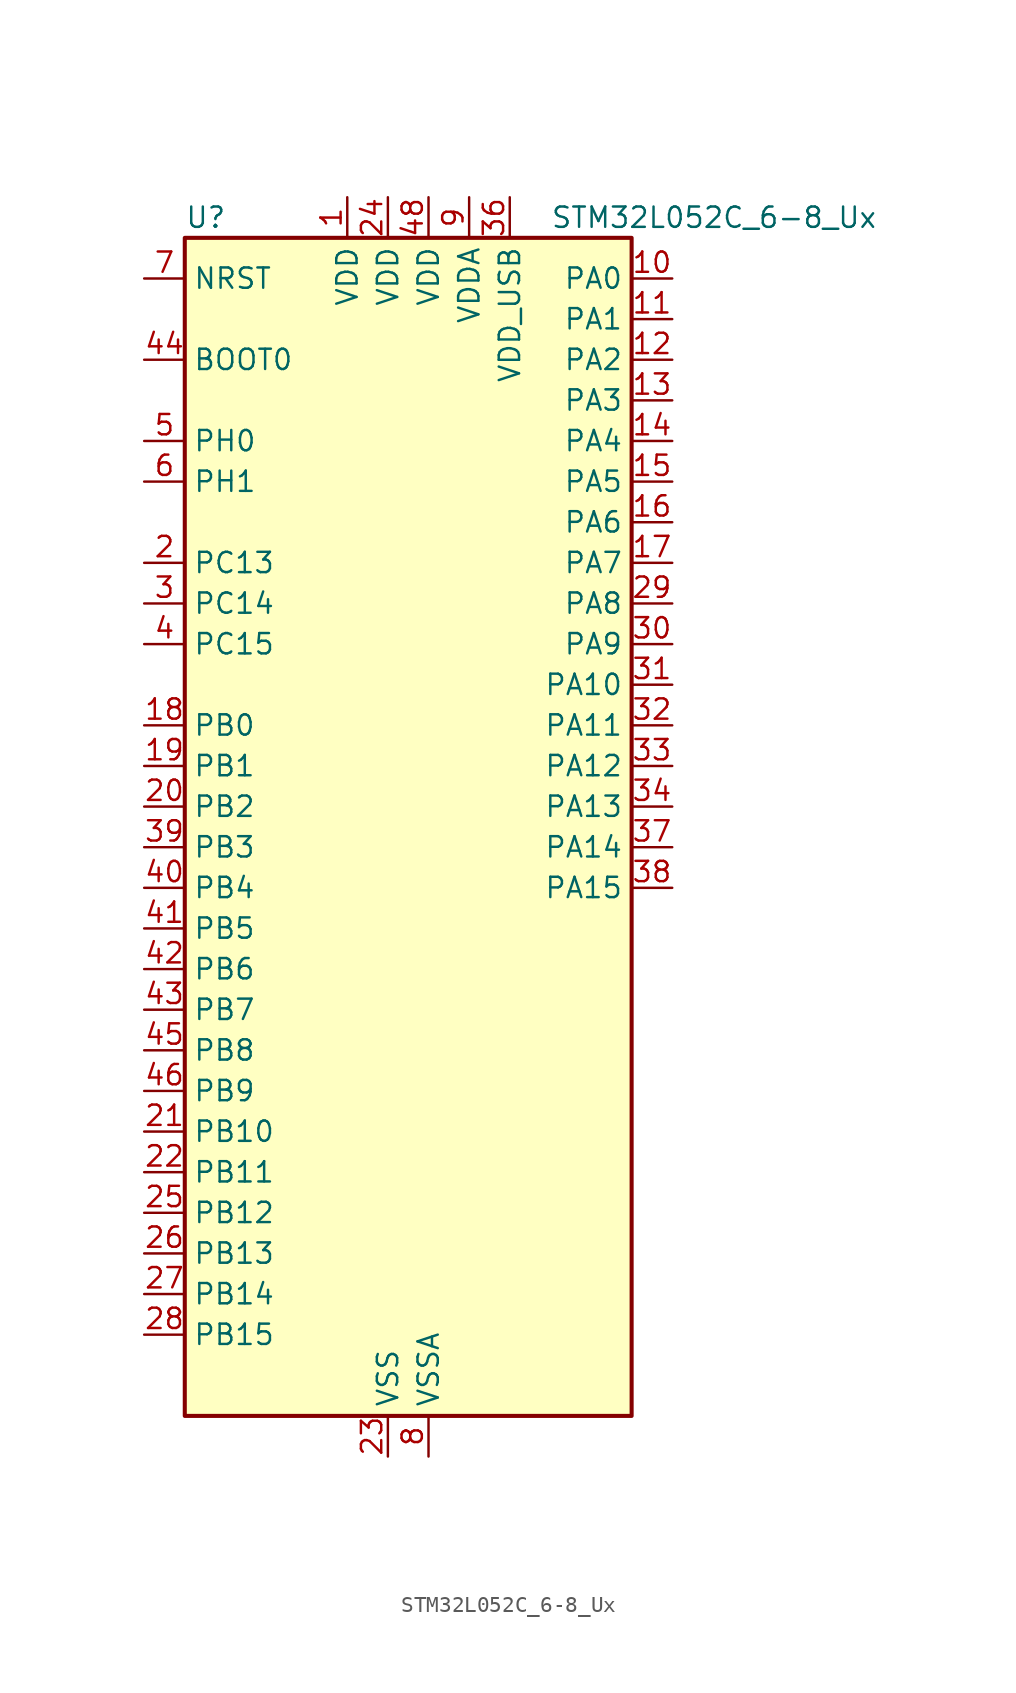
<source format=kicad_sym>
(kicad_symbol_lib
  (version 20231120)
  (generator "kicad_symbol_editor")
  (generator_version "8.0")
  (symbol "STM32L052C_6-8_Ux"
    (property "Reference" "U"
      (at -12.7 39.37 0)
      (effects (font (size 1.27 1.27)) (justify left)))
    (property "Value" "STM32L052C_6-8_Ux"
      (at 10.16 39.37 0)
      (effects (font (size 1.27 1.27)) (justify left)))
    (property "ki_locked" ""
      (at 0 0 0)
      (effects (font (size 1.27 1.27))))
    (symbol "STM32L052C_6-8_Ux_0_1"
      (rectangle (start -12.7 -35.56) (end 15.24 38.1) (stroke (width 0.254) (type default)) (fill (type background))))
    (symbol "STM32L052C_6-8_Ux_1_1"
      (pin power_in line (at -2.54 40.64 270) (length 2.54) (name "VDD" (effects (font (size 1.27 1.27)))) (number "1" (effects (font (size 1.27 1.27)))))
      (pin bidirectional line (at 17.78 35.56 180) (length 2.54) (name "PA0" (effects (font (size 1.27 1.27)))) (number "10" (effects (font (size 1.27 1.27)))) (alternate "ADC_IN0" bidirectional line) (alternate "COMP1_INM" bidirectional line) (alternate "COMP1_OUT" bidirectional line) (alternate "RTC_TAMP2" bidirectional line) (alternate "SYS_WKUP1" bidirectional line) (alternate "TIM2_CH1" bidirectional line) (alternate "TIM2_ETR" bidirectional line) (alternate "TSC_G1_IO1" bidirectional line) (alternate "USART2_CTS" bidirectional line))
      (pin bidirectional line (at 17.78 33.02 180) (length 2.54) (name "PA1" (effects (font (size 1.27 1.27)))) (number "11" (effects (font (size 1.27 1.27)))) (alternate "ADC_IN1" bidirectional line) (alternate "COMP1_INP" bidirectional line) (alternate "TIM21_ETR" bidirectional line) (alternate "TIM2_CH2" bidirectional line) (alternate "TSC_G1_IO2" bidirectional line) (alternate "USART2_DE" bidirectional line) (alternate "USART2_RTS" bidirectional line))
      (pin bidirectional line (at 17.78 30.48 180) (length 2.54) (name "PA2" (effects (font (size 1.27 1.27)))) (number "12" (effects (font (size 1.27 1.27)))) (alternate "ADC_IN2" bidirectional line) (alternate "COMP2_INM" bidirectional line) (alternate "COMP2_OUT" bidirectional line) (alternate "TIM21_CH1" bidirectional line) (alternate "TIM2_CH3" bidirectional line) (alternate "TSC_G1_IO3" bidirectional line) (alternate "USART2_TX" bidirectional line))
      (pin bidirectional line (at 17.78 27.94 180) (length 2.54) (name "PA3" (effects (font (size 1.27 1.27)))) (number "13" (effects (font (size 1.27 1.27)))) (alternate "ADC_IN3" bidirectional line) (alternate "COMP2_INP" bidirectional line) (alternate "TIM21_CH2" bidirectional line) (alternate "TIM2_CH4" bidirectional line) (alternate "TSC_G1_IO4" bidirectional line) (alternate "USART2_RX" bidirectional line))
      (pin bidirectional line (at 17.78 25.4 180) (length 2.54) (name "PA4" (effects (font (size 1.27 1.27)))) (number "14" (effects (font (size 1.27 1.27)))) (alternate "ADC_IN4" bidirectional line) (alternate "COMP1_INM" bidirectional line) (alternate "COMP2_INM" bidirectional line) (alternate "DAC_OUT1" bidirectional line) (alternate "SPI1_NSS" bidirectional line) (alternate "TIM22_ETR" bidirectional line) (alternate "TSC_G2_IO1" bidirectional line) (alternate "USART2_CK" bidirectional line))
      (pin bidirectional line (at 17.78 22.86 180) (length 2.54) (name "PA5" (effects (font (size 1.27 1.27)))) (number "15" (effects (font (size 1.27 1.27)))) (alternate "ADC_IN5" bidirectional line) (alternate "COMP1_INM" bidirectional line) (alternate "COMP2_INM" bidirectional line) (alternate "SPI1_SCK" bidirectional line) (alternate "TIM2_CH1" bidirectional line) (alternate "TIM2_ETR" bidirectional line) (alternate "TSC_G2_IO2" bidirectional line))
      (pin bidirectional line (at 17.78 20.32 180) (length 2.54) (name "PA6" (effects (font (size 1.27 1.27)))) (number "16" (effects (font (size 1.27 1.27)))) (alternate "ADC_IN6" bidirectional line) (alternate "COMP1_OUT" bidirectional line) (alternate "LPUART1_CTS" bidirectional line) (alternate "SPI1_MISO" bidirectional line) (alternate "TIM22_CH1" bidirectional line) (alternate "TSC_G2_IO3" bidirectional line))
      (pin bidirectional line (at 17.78 17.78 180) (length 2.54) (name "PA7" (effects (font (size 1.27 1.27)))) (number "17" (effects (font (size 1.27 1.27)))) (alternate "ADC_IN7" bidirectional line) (alternate "COMP2_OUT" bidirectional line) (alternate "SPI1_MOSI" bidirectional line) (alternate "TIM22_CH2" bidirectional line) (alternate "TSC_G2_IO4" bidirectional line))
      (pin bidirectional line (at -15.24 7.62 0) (length 2.54) (name "PB0" (effects (font (size 1.27 1.27)))) (number "18" (effects (font (size 1.27 1.27)))) (alternate "ADC_IN8" bidirectional line) (alternate "SYS_VREF_OUT_PB0" bidirectional line) (alternate "TSC_G3_IO2" bidirectional line))
      (pin bidirectional line (at -15.24 5.08 0) (length 2.54) (name "PB1" (effects (font (size 1.27 1.27)))) (number "19" (effects (font (size 1.27 1.27)))) (alternate "ADC_IN9" bidirectional line) (alternate "LPUART1_DE" bidirectional line) (alternate "LPUART1_RTS" bidirectional line) (alternate "SYS_VREF_OUT_PB1" bidirectional line) (alternate "TSC_G3_IO3" bidirectional line))
      (pin bidirectional line (at -15.24 17.78 0) (length 2.54) (name "PC13" (effects (font (size 1.27 1.27)))) (number "2" (effects (font (size 1.27 1.27)))) (alternate "RTC_OUT_ALARM" bidirectional line) (alternate "RTC_OUT_CALIB" bidirectional line) (alternate "RTC_TAMP1" bidirectional line) (alternate "RTC_TS" bidirectional line) (alternate "SYS_WKUP2" bidirectional line))
      (pin bidirectional line (at -15.24 2.54 0) (length 2.54) (name "PB2" (effects (font (size 1.27 1.27)))) (number "20" (effects (font (size 1.27 1.27)))) (alternate "LPTIM1_OUT" bidirectional line) (alternate "TSC_G3_IO4" bidirectional line))
      (pin bidirectional line (at -15.24 -17.78 0) (length 2.54) (name "PB10" (effects (font (size 1.27 1.27)))) (number "21" (effects (font (size 1.27 1.27)))) (alternate "I2C2_SCL" bidirectional line) (alternate "LPUART1_TX" bidirectional line) (alternate "SPI2_SCK" bidirectional line) (alternate "TIM2_CH3" bidirectional line) (alternate "TSC_SYNC" bidirectional line))
      (pin bidirectional line (at -15.24 -20.32 0) (length 2.54) (name "PB11" (effects (font (size 1.27 1.27)))) (number "22" (effects (font (size 1.27 1.27)))) (alternate "ADC_EXTI11" bidirectional line) (alternate "I2C2_SDA" bidirectional line) (alternate "LPUART1_RX" bidirectional line) (alternate "TIM2_CH4" bidirectional line) (alternate "TSC_G6_IO1" bidirectional line))
      (pin power_in line (at 0 -38.1 90) (length 2.54) (name "VSS" (effects (font (size 1.27 1.27)))) (number "23" (effects (font (size 1.27 1.27)))))
      (pin power_in line (at 0 40.64 270) (length 2.54) (name "VDD" (effects (font (size 1.27 1.27)))) (number "24" (effects (font (size 1.27 1.27)))))
      (pin bidirectional line (at -15.24 -22.86 0) (length 2.54) (name "PB12" (effects (font (size 1.27 1.27)))) (number "25" (effects (font (size 1.27 1.27)))) (alternate "I2S2_WS" bidirectional line) (alternate "LPUART1_DE" bidirectional line) (alternate "LPUART1_RTS" bidirectional line) (alternate "SPI2_NSS" bidirectional line) (alternate "TSC_G6_IO2" bidirectional line))
      (pin bidirectional line (at -15.24 -25.4 0) (length 2.54) (name "PB13" (effects (font (size 1.27 1.27)))) (number "26" (effects (font (size 1.27 1.27)))) (alternate "I2C2_SCL" bidirectional line) (alternate "I2S2_CK" bidirectional line) (alternate "LPUART1_CTS" bidirectional line) (alternate "SPI2_SCK" bidirectional line) (alternate "TIM21_CH1" bidirectional line) (alternate "TSC_G6_IO3" bidirectional line))
      (pin bidirectional line (at -15.24 -27.94 0) (length 2.54) (name "PB14" (effects (font (size 1.27 1.27)))) (number "27" (effects (font (size 1.27 1.27)))) (alternate "I2C2_SDA" bidirectional line) (alternate "I2S2_MCK" bidirectional line) (alternate "LPUART1_DE" bidirectional line) (alternate "LPUART1_RTS" bidirectional line) (alternate "RTC_OUT_ALARM" bidirectional line) (alternate "RTC_OUT_CALIB" bidirectional line) (alternate "SPI2_MISO" bidirectional line) (alternate "TIM21_CH2" bidirectional line) (alternate "TSC_G6_IO4" bidirectional line))
      (pin bidirectional line (at -15.24 -30.48 0) (length 2.54) (name "PB15" (effects (font (size 1.27 1.27)))) (number "28" (effects (font (size 1.27 1.27)))) (alternate "I2S2_SD" bidirectional line) (alternate "RTC_REFIN" bidirectional line) (alternate "SPI2_MOSI" bidirectional line))
      (pin bidirectional line (at 17.78 15.24 180) (length 2.54) (name "PA8" (effects (font (size 1.27 1.27)))) (number "29" (effects (font (size 1.27 1.27)))) (alternate "CRS_SYNC" bidirectional line) (alternate "RCC_MCO" bidirectional line) (alternate "USART1_CK" bidirectional line))
      (pin bidirectional line (at -15.24 15.24 0) (length 2.54) (name "PC14" (effects (font (size 1.27 1.27)))) (number "3" (effects (font (size 1.27 1.27)))) (alternate "RCC_OSC32_IN" bidirectional line))
      (pin bidirectional line (at 17.78 12.7 180) (length 2.54) (name "PA9" (effects (font (size 1.27 1.27)))) (number "30" (effects (font (size 1.27 1.27)))) (alternate "DAC_EXTI9" bidirectional line) (alternate "RCC_MCO" bidirectional line) (alternate "TSC_G4_IO1" bidirectional line) (alternate "USART1_TX" bidirectional line))
      (pin bidirectional line (at 17.78 10.16 180) (length 2.54) (name "PA10" (effects (font (size 1.27 1.27)))) (number "31" (effects (font (size 1.27 1.27)))) (alternate "TSC_G4_IO2" bidirectional line) (alternate "USART1_RX" bidirectional line))
      (pin bidirectional line (at 17.78 7.62 180) (length 2.54) (name "PA11" (effects (font (size 1.27 1.27)))) (number "32" (effects (font (size 1.27 1.27)))) (alternate "ADC_EXTI11" bidirectional line) (alternate "COMP1_OUT" bidirectional line) (alternate "SPI1_MISO" bidirectional line) (alternate "TSC_G4_IO3" bidirectional line) (alternate "USART1_CTS" bidirectional line) (alternate "USB_DM" bidirectional line))
      (pin bidirectional line (at 17.78 5.08 180) (length 2.54) (name "PA12" (effects (font (size 1.27 1.27)))) (number "33" (effects (font (size 1.27 1.27)))) (alternate "COMP2_OUT" bidirectional line) (alternate "SPI1_MOSI" bidirectional line) (alternate "TSC_G4_IO4" bidirectional line) (alternate "USART1_DE" bidirectional line) (alternate "USART1_RTS" bidirectional line) (alternate "USB_DP" bidirectional line))
      (pin bidirectional line (at 17.78 2.54 180) (length 2.54) (name "PA13" (effects (font (size 1.27 1.27)))) (number "34" (effects (font (size 1.27 1.27)))) (alternate "SYS_SWDIO" bidirectional line) (alternate "USB_NOE" bidirectional line))
      (pin passive line (at 0 -38.1 90) (length 2.54) hide (name "VSS" (effects (font (size 1.27 1.27)))) (number "35" (effects (font (size 1.27 1.27)))))
      (pin power_in line (at 7.62 40.64 270) (length 2.54) (name "VDD_USB" (effects (font (size 1.27 1.27)))) (number "36" (effects (font (size 1.27 1.27)))))
      (pin bidirectional line (at 17.78 0 180) (length 2.54) (name "PA14" (effects (font (size 1.27 1.27)))) (number "37" (effects (font (size 1.27 1.27)))) (alternate "SYS_SWCLK" bidirectional line) (alternate "USART2_TX" bidirectional line))
      (pin bidirectional line (at 17.78 -2.54 180) (length 2.54) (name "PA15" (effects (font (size 1.27 1.27)))) (number "38" (effects (font (size 1.27 1.27)))) (alternate "SPI1_NSS" bidirectional line) (alternate "TIM2_CH1" bidirectional line) (alternate "TIM2_ETR" bidirectional line) (alternate "USART2_RX" bidirectional line))
      (pin bidirectional line (at -15.24 0 0) (length 2.54) (name "PB3" (effects (font (size 1.27 1.27)))) (number "39" (effects (font (size 1.27 1.27)))) (alternate "COMP2_INM" bidirectional line) (alternate "SPI1_SCK" bidirectional line) (alternate "TIM2_CH2" bidirectional line) (alternate "TSC_G5_IO1" bidirectional line))
      (pin bidirectional line (at -15.24 12.7 0) (length 2.54) (name "PC15" (effects (font (size 1.27 1.27)))) (number "4" (effects (font (size 1.27 1.27)))) (alternate "RCC_OSC32_OUT" bidirectional line))
      (pin bidirectional line (at -15.24 -2.54 0) (length 2.54) (name "PB4" (effects (font (size 1.27 1.27)))) (number "40" (effects (font (size 1.27 1.27)))) (alternate "COMP2_INP" bidirectional line) (alternate "SPI1_MISO" bidirectional line) (alternate "TIM22_CH1" bidirectional line) (alternate "TSC_G5_IO2" bidirectional line))
      (pin bidirectional line (at -15.24 -5.08 0) (length 2.54) (name "PB5" (effects (font (size 1.27 1.27)))) (number "41" (effects (font (size 1.27 1.27)))) (alternate "COMP2_INP" bidirectional line) (alternate "I2C1_SMBA" bidirectional line) (alternate "LPTIM1_IN1" bidirectional line) (alternate "SPI1_MOSI" bidirectional line) (alternate "TIM22_CH2" bidirectional line))
      (pin bidirectional line (at -15.24 -7.62 0) (length 2.54) (name "PB6" (effects (font (size 1.27 1.27)))) (number "42" (effects (font (size 1.27 1.27)))) (alternate "COMP2_INP" bidirectional line) (alternate "I2C1_SCL" bidirectional line) (alternate "LPTIM1_ETR" bidirectional line) (alternate "TSC_G5_IO3" bidirectional line) (alternate "USART1_TX" bidirectional line))
      (pin bidirectional line (at -15.24 -10.16 0) (length 2.54) (name "PB7" (effects (font (size 1.27 1.27)))) (number "43" (effects (font (size 1.27 1.27)))) (alternate "COMP2_INP" bidirectional line) (alternate "I2C1_SDA" bidirectional line) (alternate "LPTIM1_IN2" bidirectional line) (alternate "SYS_PVD_IN" bidirectional line) (alternate "TSC_G5_IO4" bidirectional line) (alternate "USART1_RX" bidirectional line))
      (pin input line (at -15.24 30.48 0) (length 2.54) (name "BOOT0" (effects (font (size 1.27 1.27)))) (number "44" (effects (font (size 1.27 1.27)))))
      (pin bidirectional line (at -15.24 -12.7 0) (length 2.54) (name "PB8" (effects (font (size 1.27 1.27)))) (number "45" (effects (font (size 1.27 1.27)))) (alternate "I2C1_SCL" bidirectional line) (alternate "TSC_SYNC" bidirectional line))
      (pin bidirectional line (at -15.24 -15.24 0) (length 2.54) (name "PB9" (effects (font (size 1.27 1.27)))) (number "46" (effects (font (size 1.27 1.27)))) (alternate "DAC_EXTI9" bidirectional line) (alternate "I2C1_SDA" bidirectional line) (alternate "I2S2_WS" bidirectional line) (alternate "SPI2_NSS" bidirectional line))
      (pin passive line (at 0 -38.1 90) (length 2.54) hide (name "VSS" (effects (font (size 1.27 1.27)))) (number "47" (effects (font (size 1.27 1.27)))))
      (pin power_in line (at 2.54 40.64 270) (length 2.54) (name "VDD" (effects (font (size 1.27 1.27)))) (number "48" (effects (font (size 1.27 1.27)))))
      (pin passive line (at 0 -38.1 90) (length 2.54) hide (name "VSS" (effects (font (size 1.27 1.27)))) (number "49" (effects (font (size 1.27 1.27)))))
      (pin bidirectional line (at -15.24 25.4 0) (length 2.54) (name "PH0" (effects (font (size 1.27 1.27)))) (number "5" (effects (font (size 1.27 1.27)))) (alternate "CRS_SYNC" bidirectional line) (alternate "RCC_OSC_IN" bidirectional line))
      (pin bidirectional line (at -15.24 22.86 0) (length 2.54) (name "PH1" (effects (font (size 1.27 1.27)))) (number "6" (effects (font (size 1.27 1.27)))) (alternate "RCC_OSC_OUT" bidirectional line))
      (pin input line (at -15.24 35.56 0) (length 2.54) (name "NRST" (effects (font (size 1.27 1.27)))) (number "7" (effects (font (size 1.27 1.27)))))
      (pin power_in line (at 2.54 -38.1 90) (length 2.54) (name "VSSA" (effects (font (size 1.27 1.27)))) (number "8" (effects (font (size 1.27 1.27)))))
      (pin power_in line (at 5.08 40.64 270) (length 2.54) (name "VDDA" (effects (font (size 1.27 1.27)))) (number "9" (effects (font (size 1.27 1.27))))))))
</source>
